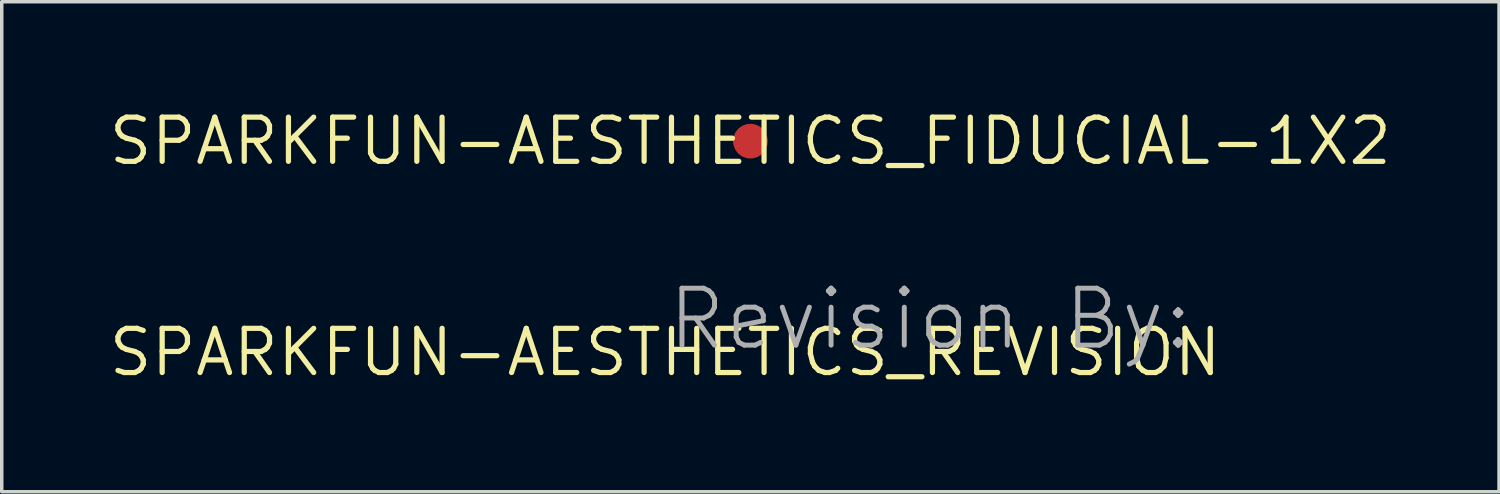
<source format=kicad_pcb>
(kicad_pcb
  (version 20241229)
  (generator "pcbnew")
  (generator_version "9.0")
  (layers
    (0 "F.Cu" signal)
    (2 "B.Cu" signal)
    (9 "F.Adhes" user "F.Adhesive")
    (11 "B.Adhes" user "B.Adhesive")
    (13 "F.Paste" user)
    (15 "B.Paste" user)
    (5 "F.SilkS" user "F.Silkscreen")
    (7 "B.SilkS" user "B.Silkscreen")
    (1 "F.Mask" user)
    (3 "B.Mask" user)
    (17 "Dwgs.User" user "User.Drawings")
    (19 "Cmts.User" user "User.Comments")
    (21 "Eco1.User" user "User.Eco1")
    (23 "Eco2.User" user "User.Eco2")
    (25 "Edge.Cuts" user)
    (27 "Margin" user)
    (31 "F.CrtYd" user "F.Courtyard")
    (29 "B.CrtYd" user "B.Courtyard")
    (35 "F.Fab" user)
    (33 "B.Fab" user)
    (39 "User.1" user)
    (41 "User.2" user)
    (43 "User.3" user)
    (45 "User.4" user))
  (footprint "SPARKFUN-AESTHETICS_FIDUCIAL-1X2"
    (layer "F.Cu")
    (at 18.513 1.006)
    (property "Reference" "SPARKFUN-AESTHETICS_FIDUCIAL-1X2" (at 0 0 0) (layer "F.SilkS") (effects (font (size 1.27 1.27) (thickness 0.15))))
    (pad "1" smd roundrect (at 0 0) (size 1 1) (layers "F.Cu" "F.Mask") (roundrect_rratio 0.5)))
  (footprint "SPARKFUN-AESTHETICS_REVISION"
    (layer "F.Cu")
    (at 16.064 7.075)
    (property "Reference" "SPARKFUN-AESTHETICS_REVISION" (at 0 0 0) (layer "F.SilkS") (effects (font (size 1.27 1.27) (thickness 0.15))))
    (fp_text user "Revision By: " (at 0 0 0) (unlocked yes) (layer "F.Fab") (effects (font (size 1.636 1.636) (thickness 0.142)) (justify left bottom))))
  (gr_rect
    (start -3 -3)
    (end 40.026 11.081)
    (stroke (width 0.1) (type default))
    (fill no)
    (layer "Edge.Cuts")))
</source>
